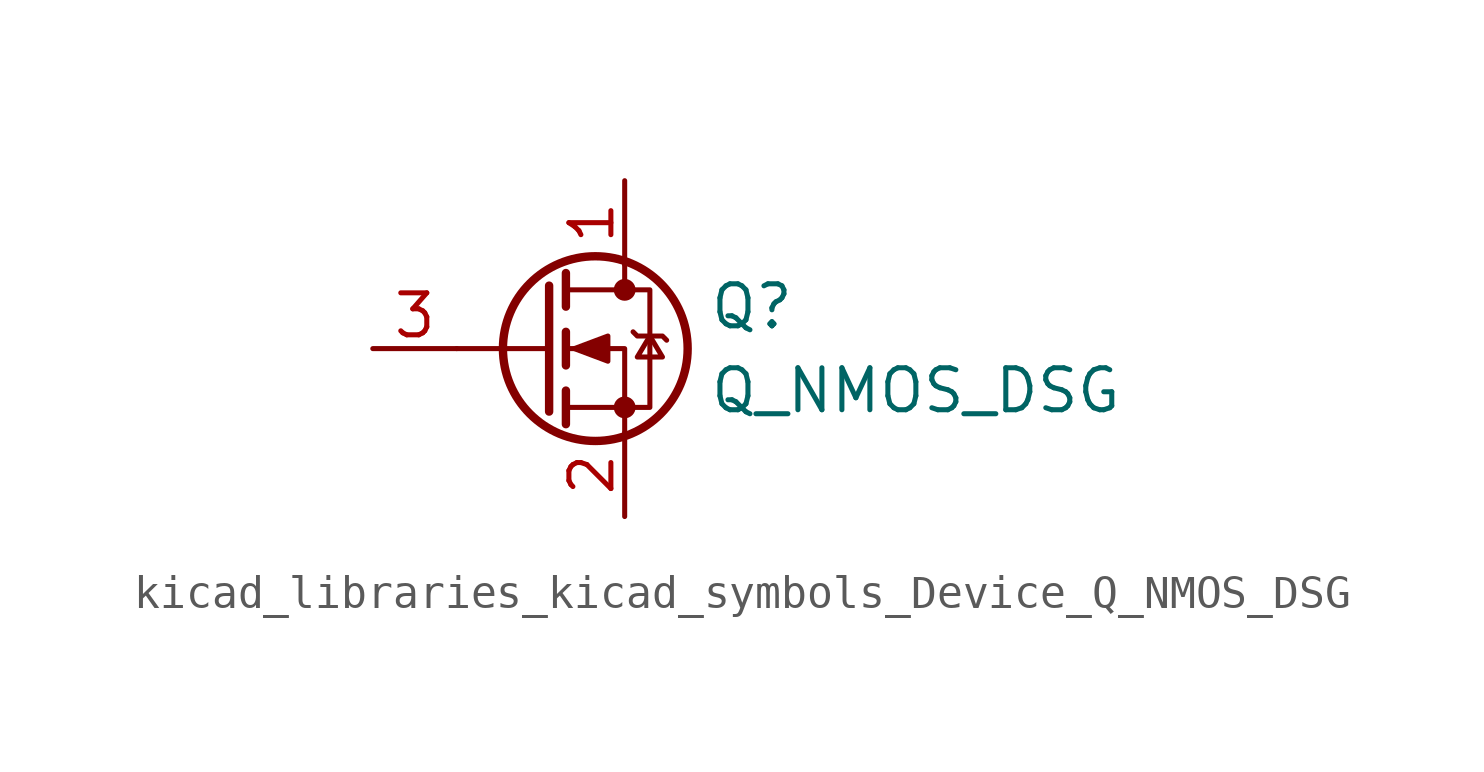
<source format=kicad_sym>
(kicad_symbol_lib
  (version 20220914)
  (generator kicad_symbol_editor)
  (symbol "kicad_libraries_kicad_symbols_Device_Q_NMOS_DSG"
    (pin_names
      (offset 0) hide)
    (property "Reference" "Q"
      (at 5.08 1.27 0)
      (effects (font (size 1.27 1.27)) (justify left)))
    (property "Value" "Q_NMOS_DSG"
      (at 5.08 -1.27 0)
      (effects (font (size 1.27 1.27)) (justify left)))
    (symbol "kicad_libraries_kicad_symbols_Device_Q_NMOS_DSG_0_1"
      (polyline (pts (xy 0.254 0) (xy -2.54 0)) (stroke (width 0) (type default)) (fill (type none)))
      (polyline (pts (xy 0.254 1.905) (xy 0.254 -1.905)) (stroke (width 0.254) (type default)) (fill (type none)))
      (polyline (pts (xy 0.762 -1.27) (xy 0.762 -2.286)) (stroke (width 0.254) (type default)) (fill (type none)))
      (polyline (pts (xy 0.762 0.508) (xy 0.762 -0.508)) (stroke (width 0.254) (type default)) (fill (type none)))
      (polyline (pts (xy 0.762 2.286) (xy 0.762 1.27)) (stroke (width 0.254) (type default)) (fill (type none)))
      (polyline (pts (xy 2.54 2.54) (xy 2.54 1.778)) (stroke (width 0) (type default)) (fill (type none)))
      (polyline (pts (xy 2.54 -2.54) (xy 2.54 0) (xy 0.762 0)) (stroke (width 0) (type default)) (fill (type none)))
      (polyline (pts (xy 0.762 -1.778) (xy 3.302 -1.778) (xy 3.302 1.778) (xy 0.762 1.778)) (stroke (width 0) (type default)) (fill (type none)))
      (polyline (pts (xy 1.016 0) (xy 2.032 0.381) (xy 2.032 -0.381) (xy 1.016 0)) (stroke (width 0) (type default)) (fill (type outline)))
      (polyline (pts (xy 2.794 0.508) (xy 2.921 0.381) (xy 3.683 0.381) (xy 3.81 0.254)) (stroke (width 0) (type default)) (fill (type none)))
      (polyline (pts (xy 3.302 0.381) (xy 2.921 -0.254) (xy 3.683 -0.254) (xy 3.302 0.381)) (stroke (width 0) (type default)) (fill (type none)))
      (circle (center 1.651 0) (radius 2.794) (stroke (width 0.254) (type default)) (fill (type none)))
      (circle (center 2.54 -1.778) (radius 0.254) (stroke (width 0) (type default)) (fill (type outline)))
      (circle (center 2.54 1.778) (radius 0.254) (stroke (width 0) (type default)) (fill (type outline))))
    (symbol "kicad_libraries_kicad_symbols_Device_Q_NMOS_DSG_1_1"
      (pin passive line (at 2.54 5.08 270) (length 2.54) (name "D" (effects (font (size 1.27 1.27)))) (number "1" (effects (font (size 1.27 1.27)))))
      (pin passive line (at 2.54 -5.08 90) (length 2.54) (name "S" (effects (font (size 1.27 1.27)))) (number "2" (effects (font (size 1.27 1.27)))))
      (pin input line (at -5.08 0 0) (length 2.54) (name "G" (effects (font (size 1.27 1.27)))) (number "3" (effects (font (size 1.27 1.27))))))))
</source>
